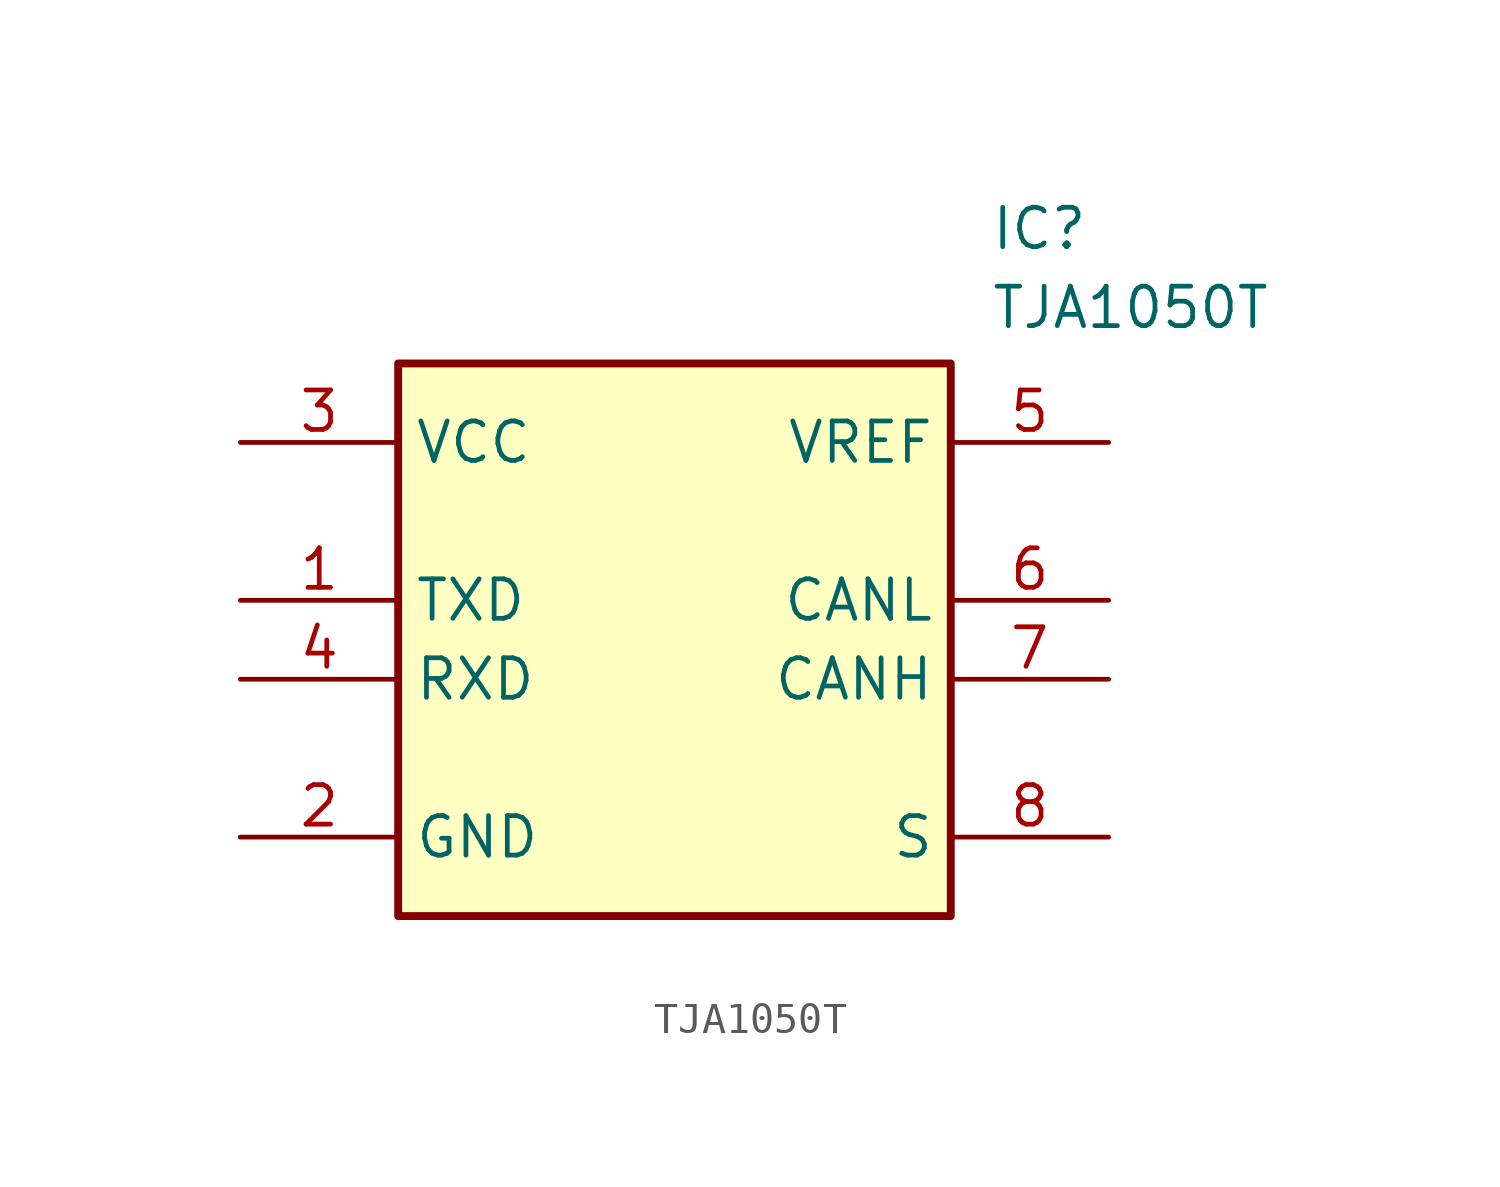
<source format=kicad_sym>
(kicad_symbol_lib
  (version 20211014)
  (generator SamacSys_ECAD_Model)
  (symbol "TJA1050T"
    (property "Reference" "IC"
      (at 24.13 7.62 0)
      (effects (font (size 1.27 1.27)) (justify left top)))
    (property "Value" "TJA1050T"
      (at 24.13 5.08 0)
      (effects (font (size 1.27 1.27)) (justify left top)))
    (rectangle
      (start 5.08 2.54)
      (end 22.86 -15.24)
      (stroke (width 0.254) (type default))
      (fill (type background)))
    (pin passive line
      (at 0 -5.08 0)
      (length 5.08)
      (name "TXD" (effects (font (size 1.27 1.27))))
      (number "1" (effects (font (size 1.27 1.27)))))
    (pin passive line
      (at 0 -12.7 0)
      (length 5.08)
      (name "GND" (effects (font (size 1.27 1.27))))
      (number "2" (effects (font (size 1.27 1.27)))))
    (pin passive line
      (at 0 0 0)
      (length 5.08)
      (name "VCC" (effects (font (size 1.27 1.27))))
      (number "3" (effects (font (size 1.27 1.27)))))
    (pin passive line
      (at 0 -7.62 0)
      (length 5.08)
      (name "RXD" (effects (font (size 1.27 1.27))))
      (number "4" (effects (font (size 1.27 1.27)))))
    (pin passive line
      (at 27.94 0 180)
      (length 5.08)
      (name "VREF" (effects (font (size 1.27 1.27))))
      (number "5" (effects (font (size 1.27 1.27)))))
    (pin passive line
      (at 27.94 -5.08 180)
      (length 5.08)
      (name "CANL" (effects (font (size 1.27 1.27))))
      (number "6" (effects (font (size 1.27 1.27)))))
    (pin passive line
      (at 27.94 -7.62 180)
      (length 5.08)
      (name "CANH" (effects (font (size 1.27 1.27))))
      (number "7" (effects (font (size 1.27 1.27)))))
    (pin passive line
      (at 27.94 -12.7 180)
      (length 5.08)
      (name "S" (effects (font (size 1.27 1.27))))
      (number "8" (effects (font (size 1.27 1.27)))))))
</source>
